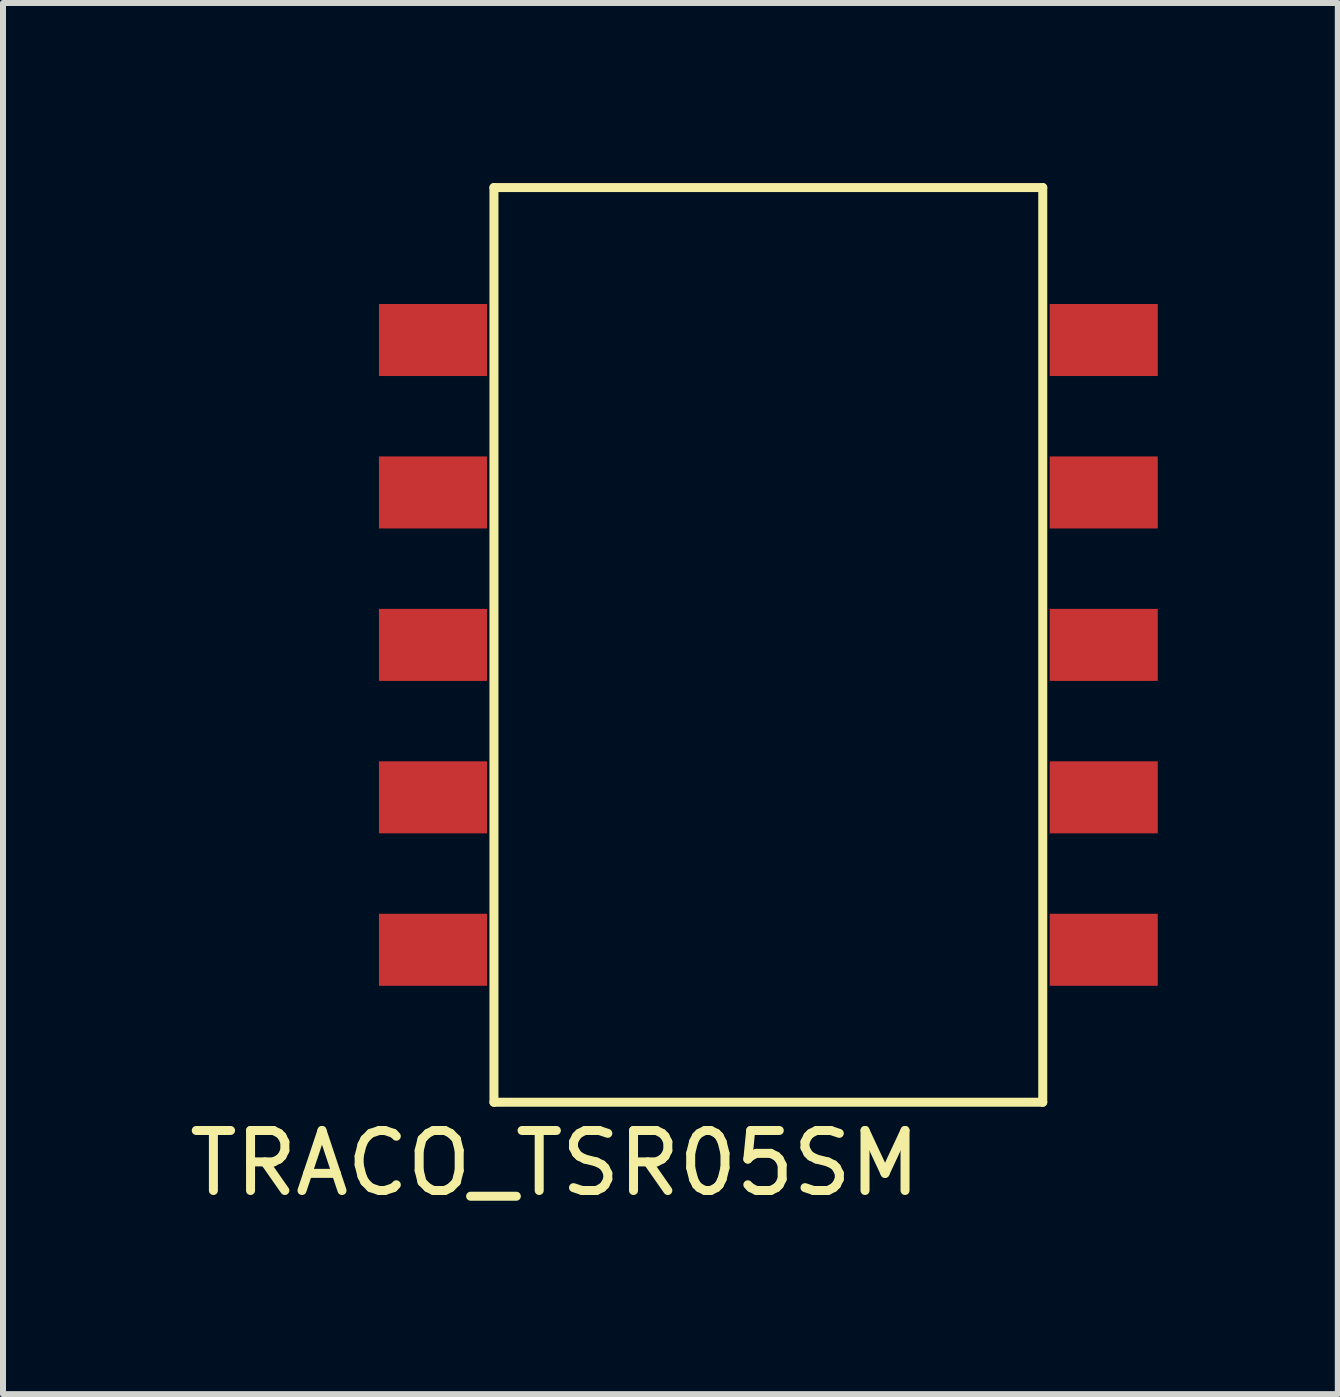
<source format=kicad_pcb>
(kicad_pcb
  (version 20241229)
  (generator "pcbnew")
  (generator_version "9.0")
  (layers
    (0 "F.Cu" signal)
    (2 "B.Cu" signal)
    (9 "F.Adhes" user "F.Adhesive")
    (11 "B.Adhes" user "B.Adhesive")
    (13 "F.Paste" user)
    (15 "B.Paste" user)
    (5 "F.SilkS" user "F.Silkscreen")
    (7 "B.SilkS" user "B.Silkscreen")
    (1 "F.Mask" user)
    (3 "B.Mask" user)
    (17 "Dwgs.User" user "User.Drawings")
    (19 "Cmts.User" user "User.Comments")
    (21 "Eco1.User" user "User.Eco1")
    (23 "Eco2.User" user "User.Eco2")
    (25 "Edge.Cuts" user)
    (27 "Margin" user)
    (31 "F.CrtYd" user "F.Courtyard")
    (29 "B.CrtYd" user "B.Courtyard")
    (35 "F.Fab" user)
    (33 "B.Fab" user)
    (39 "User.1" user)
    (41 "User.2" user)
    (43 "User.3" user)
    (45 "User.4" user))
  (footprint "TRACO_TSR05SM"
    (layer "F.Cu")
    (at 9.752 7.695)
    (property "Reference" "TRACO_TSR05SM" (at -3.556 8.636 0) (layer "F.SilkS") (effects (font (size 1 1) (thickness 0.15))))
    (attr through_hole)
    (fp_line (start -4.572 -7.62) (end -4.572 7.62) (stroke (width 0.15) (type solid)) (layer "F.SilkS"))
    (fp_line (start -4.572 7.62) (end 4.572 7.62) (stroke (width 0.15) (type solid)) (layer "F.SilkS"))
    (fp_line (start 4.572 -7.62) (end -4.572 -7.62) (stroke (width 0.15) (type solid)) (layer "F.SilkS"))
    (fp_line (start 4.572 7.62) (end 4.572 -7.62) (stroke (width 0.15) (type solid)) (layer "F.SilkS"))
    (pad "1" smd rect (at -5.588 -5.08) (size 1.8 1.2) (layers "F.Cu" "F.Mask" "F.Paste"))
    (pad "2" smd rect (at -5.588 -2.54) (size 1.8 1.2) (layers "F.Cu" "F.Mask" "F.Paste"))
    (pad "3" smd rect (at -5.588 0) (size 1.8 1.2) (layers "F.Cu" "F.Mask" "F.Paste"))
    (pad "4" smd rect (at -5.588 2.54) (size 1.8 1.2) (layers "F.Cu" "F.Mask" "F.Paste"))
    (pad "5" smd rect (at -5.588 5.08) (size 1.8 1.2) (layers "F.Cu" "F.Mask" "F.Paste"))
    (pad "6" smd rect (at 5.588 5.08) (size 1.8 1.2) (layers "F.Cu" "F.Mask" "F.Paste"))
    (pad "7" smd rect (at 5.588 2.54) (size 1.8 1.2) (layers "F.Cu" "F.Mask" "F.Paste"))
    (pad "8" smd rect (at 5.588 0) (size 1.8 1.2) (layers "F.Cu" "F.Mask" "F.Paste"))
    (pad "9" smd rect (at 5.588 -2.54) (size 1.8 1.2) (layers "F.Cu" "F.Mask" "F.Paste"))
    (pad "10" smd rect (at 5.588 -5.08) (size 1.8 1.2) (layers "F.Cu" "F.Mask" "F.Paste")))
  (gr_rect
    (start -3 -3)
    (end 19.24 20.179)
    (stroke (width 0.1) (type default))
    (fill no)
    (layer "Edge.Cuts")))
</source>
